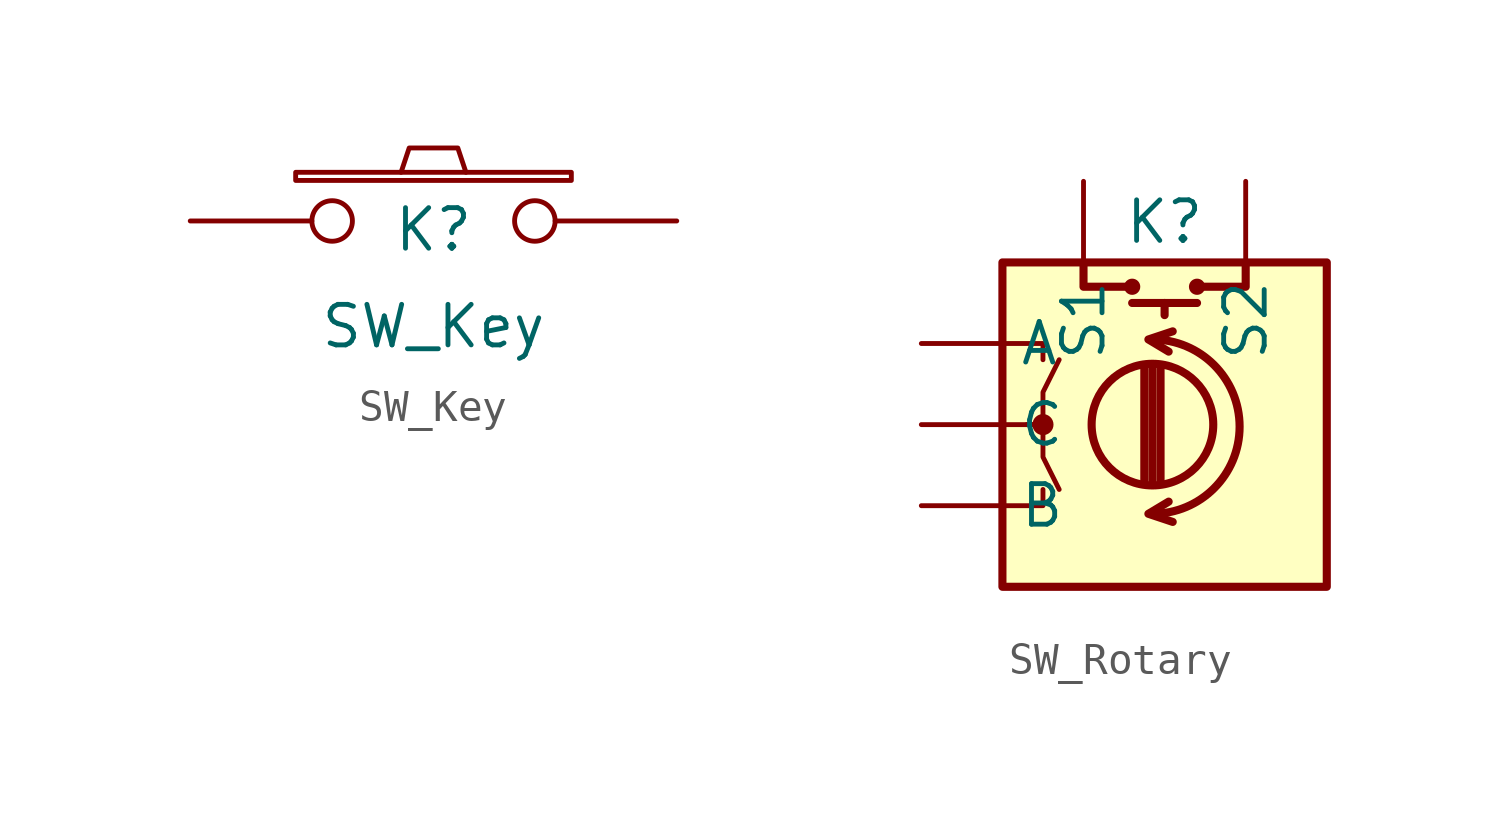
<source format=kicad_sym>
(kicad_symbol_lib
  (version 20211014)
  (generator kicad_symbol_editor)
  (symbol "SW_Key"
    (pin_numbers hide)
    (pin_names
      (offset 1.016) hide)
    (property "Reference" "K"
      (at 0 -1.016 0)
      (effects (font (size 1.27 1.27)) (justify bottom)))
    (property "Value" "SW_Key"
      (at 0 -3.302 0)
      (effects (font (size 1.27 1.27))))
    (property "Footprint" ""
      (at 0 0 0)
      (effects (font (size 1.27 1.27))))
    (property "Datasheet" ""
      (at 0 0 0)
      (effects (font (size 1.27 1.27))))
    (symbol "SW_Key_0_1"
      (rectangle (start -4.318 1.27) (end 4.318 1.524) (stroke (width 0) (type default) (color 0 0 0 0)) (fill (type none)))
      (polyline (pts (xy -1.016 1.524) (xy -0.762 2.286) (xy 0.762 2.286) (xy 1.016 1.524)) (stroke (width 0) (type default) (color 0 0 0 0)) (fill (type none)))
      (pin passive inverted (at -7.62 0 0) (length 5.08) (name "1" (effects (font (size 1.27 1.27)))) (number "1" (effects (font (size 1.27 1.27)))))
      (pin passive inverted (at 7.62 0 180) (length 5.08) (name "2" (effects (font (size 1.27 1.27)))) (number "2" (effects (font (size 1.27 1.27)))))))
  (symbol "SW_Rotary"
    (pin_numbers hide)
    (property "Reference" "K"
      (at 0 6.35 0)
      (effects (font (size 1.27 1.27))))
    (symbol "SW_Rotary_1_1"
      (rectangle (start -5.08 5.08) (end 5.08 -5.08) (stroke (width 0.254) (type default) (color 0 0 0 0)) (fill (type background)))
      (circle (center -3.81 0) (radius 0.254) (stroke (width 0) (type default) (color 0 0 0 0)) (fill (type outline)))
      (circle (center -1.016 4.318) (radius 0.127) (stroke (width 0.254) (type default) (color 0 0 0 0)) (fill (type none)))
      (arc (start -0.381 -2.794) (mid 2.3622 -0.0508) (end -0.381 2.667) (stroke (width 0.254) (type default) (color 0 0 0 0)) (fill (type none)))
      (circle (center -0.381 0) (radius 1.905) (stroke (width 0.254) (type default) (color 0 0 0 0)) (fill (type none)))
      (polyline (pts (xy -1.016 3.81) (xy 1.016 3.81)) (stroke (width 0.254) (type default) (color 0 0 0 0)) (fill (type none)))
      (polyline (pts (xy -0.635 -1.778) (xy -0.635 1.778)) (stroke (width 0.254) (type default) (color 0 0 0 0)) (fill (type none)))
      (polyline (pts (xy -0.381 -1.778) (xy -0.381 1.778)) (stroke (width 0.254) (type default) (color 0 0 0 0)) (fill (type none)))
      (polyline (pts (xy -0.127 1.778) (xy -0.127 -1.778)) (stroke (width 0.254) (type default) (color 0 0 0 0)) (fill (type none)))
      (polyline (pts (xy 0 3.81) (xy 0 3.429)) (stroke (width 0.254) (type default) (color 0 0 0 0)) (fill (type none)))
      (polyline (pts (xy -5.08 -2.54) (xy -3.81 -2.54) (xy -3.81 -2.032)) (stroke (width 0) (type default) (color 0 0 0 0)) (fill (type none)))
      (polyline (pts (xy -5.08 2.54) (xy -3.81 2.54) (xy -3.81 2.032)) (stroke (width 0) (type default) (color 0 0 0 0)) (fill (type none)))
      (polyline (pts (xy -2.54 5.08) (xy -2.54 4.318) (xy -1.016 4.318)) (stroke (width 0.254) (type default) (color 0 0 0 0)) (fill (type none)))
      (polyline (pts (xy 0.254 -3.048) (xy -0.508 -2.794) (xy 0.127 -2.413)) (stroke (width 0.254) (type default) (color 0 0 0 0)) (fill (type none)))
      (polyline (pts (xy 0.254 2.921) (xy -0.508 2.667) (xy 0.127 2.286)) (stroke (width 0.254) (type default) (color 0 0 0 0)) (fill (type none)))
      (polyline (pts (xy 2.54 5.08) (xy 2.54 4.318) (xy 1.016 4.318)) (stroke (width 0.254) (type default) (color 0 0 0 0)) (fill (type none)))
      (polyline (pts (xy -5.08 0) (xy -3.81 0) (xy -3.81 -1.016) (xy -3.302 -2.032)) (stroke (width 0) (type default) (color 0 0 0 0)) (fill (type none)))
      (polyline (pts (xy -4.318 0) (xy -3.81 0) (xy -3.81 1.016) (xy -3.302 2.032)) (stroke (width 0) (type default) (color 0 0 0 0)) (fill (type none)))
      (circle (center 1.016 4.318) (radius 0.127) (stroke (width 0.254) (type default) (color 0 0 0 0)) (fill (type none)))
      (pin passive line (at -7.62 2.54 0) (length 2.54) (name "A" (effects (font (size 1.27 1.27)))) (number "A" (effects (font (size 1.27 1.27)))))
      (pin passive line (at -7.62 -2.54 0) (length 2.54) (name "B" (effects (font (size 1.27 1.27)))) (number "B" (effects (font (size 1.27 1.27)))))
      (pin passive line (at -7.62 0 0) (length 2.54) (name "C" (effects (font (size 1.27 1.27)))) (number "C" (effects (font (size 1.27 1.27)))))
      (pin passive line (at -2.54 7.62 270) (length 2.54) (name "S1" (effects (font (size 1.27 1.27)))) (number "S1" (effects (font (size 1.27 1.27)))))
      (pin passive line (at 2.54 7.62 270) (length 2.54) (name "S2" (effects (font (size 1.27 1.27)))) (number "S2" (effects (font (size 1.27 1.27))))))))
</source>
